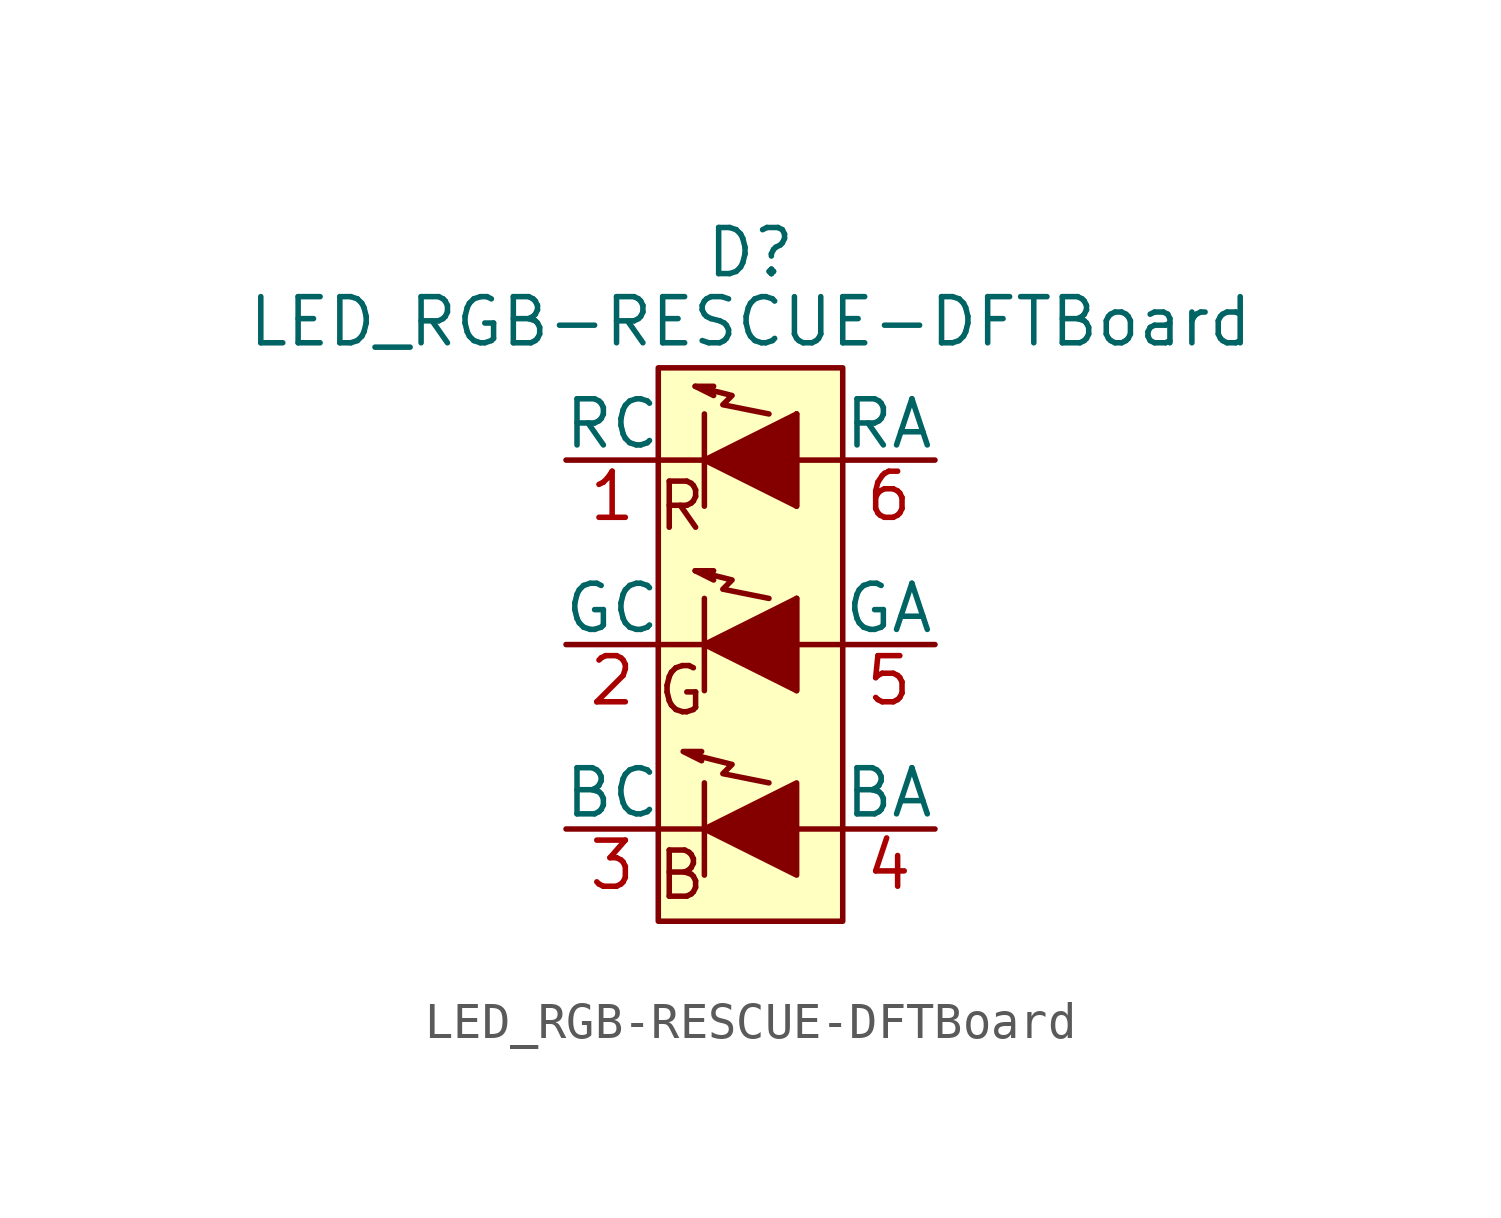
<source format=kicad_sym>
(kicad_symbol_lib
  (version 20220914)
  (generator kicad_symbol_editor)
  (symbol "LED_RGB-RESCUE-DFTBoard"
    (pin_names
      (offset 0))
    (property "Reference" "D"
      (at 0 10.795 0)
      (effects (font (size 1.27 1.27))))
    (property "Value" "LED_RGB-RESCUE-DFTBoard"
      (at 0 8.89 0)
      (effects (font (size 1.27 1.27))))
    (property "Footprint" ""
      (at 0 -1.27 0)
      (effects (font (size 1.27 1.27))))
    (property "Datasheet" ""
      (at 0 -1.27 0)
      (effects (font (size 1.27 1.27))))
    (symbol "LED_RGB-RESCUE-DFTBoard_0_0"
      (text "B" (at -1.905 -6.35 0) (effects (font (size 1.27 1.27))))
      (text "G" (at -1.905 -1.27 0) (effects (font (size 1.27 1.27))))
      (text "R" (at -1.905 3.81 0) (effects (font (size 1.27 1.27)))))
    (symbol "LED_RGB-RESCUE-DFTBoard_0_1"
      (polyline (pts (xy -1.27 -5.08) (xy -2.54 -5.08)) (stroke (width 0) (type solid)) (fill (type none)))
      (polyline (pts (xy -1.27 -3.81) (xy -1.27 -6.35)) (stroke (width 0) (type solid)) (fill (type none)))
      (polyline (pts (xy -1.27 0) (xy -2.54 0)) (stroke (width 0) (type solid)) (fill (type none)))
      (polyline (pts (xy -1.27 5.08) (xy -2.54 5.08)) (stroke (width 0) (type solid)) (fill (type none)))
      (polyline (pts (xy 1.27 -5.08) (xy 2.54 -5.08)) (stroke (width 0) (type solid)) (fill (type none)))
      (polyline (pts (xy 1.27 0) (xy 2.54 0)) (stroke (width 0) (type solid)) (fill (type none)))
      (polyline (pts (xy 1.27 5.08) (xy 2.54 5.08)) (stroke (width 0) (type solid)) (fill (type none)))
      (polyline (pts (xy -1.27 1.27) (xy -1.27 -1.27) (xy -1.27 -1.27)) (stroke (width 0) (type solid)) (fill (type none)))
      (polyline (pts (xy -1.27 6.35) (xy -1.27 3.81) (xy -1.27 3.81)) (stroke (width 0) (type solid)) (fill (type none)))
      (polyline (pts (xy -1.346 -2.946) (xy -1.854 -2.946) (xy -1.346 -3.2) (xy -1.346 -3.2)) (stroke (width 0) (type solid)) (fill (type none)))
      (polyline (pts (xy -1.016 2.032) (xy -1.524 2.032) (xy -1.016 1.778) (xy -1.016 1.778)) (stroke (width 0) (type solid)) (fill (type none)))
      (polyline (pts (xy -1.016 7.112) (xy -1.524 7.112) (xy -1.016 6.858) (xy -1.016 6.858)) (stroke (width 0) (type solid)) (fill (type none)))
      (polyline (pts (xy 0.508 -3.81) (xy -0.762 -3.556) (xy -0.508 -3.302) (xy -1.524 -3.048) (xy -1.524 -3.048)) (stroke (width 0) (type solid)) (fill (type none)))
      (polyline (pts (xy 1.27 -3.81) (xy 1.27 -6.35) (xy -1.27 -5.08) (xy 1.27 -3.81) (xy 1.27 -3.81)) (stroke (width 0) (type solid)) (fill (type outline)))
      (polyline (pts (xy 0.508 1.27) (xy -0.762 1.524) (xy -0.508 1.778) (xy -1.524 2.032) (xy -1.524 2.032) (xy -1.524 2.032)) (stroke (width 0) (type solid)) (fill (type none)))
      (polyline (pts (xy 0.508 6.35) (xy -0.762 6.604) (xy -0.508 6.858) (xy -1.524 7.112) (xy -1.524 7.112) (xy -1.524 7.112)) (stroke (width 0) (type solid)) (fill (type none)))
      (polyline (pts (xy 1.27 1.27) (xy 1.27 -1.27) (xy -1.27 0) (xy 1.27 1.27) (xy 1.27 1.27) (xy 1.27 1.27)) (stroke (width 0) (type solid)) (fill (type outline)))
      (polyline (pts (xy 1.27 6.35) (xy 1.27 3.81) (xy -1.27 5.08) (xy 1.27 6.35) (xy 1.27 6.35) (xy 1.27 6.35)) (stroke (width 0) (type solid)) (fill (type outline)))
      (rectangle (start 1.27 -1.27) (end 1.27 1.27) (stroke (width 0) (type solid)) (fill (type none)))
      (rectangle (start 1.27 1.27) (end 1.27 1.27) (stroke (width 0) (type solid)) (fill (type none)))
      (rectangle (start 1.27 3.81) (end 1.27 6.35) (stroke (width 0) (type solid)) (fill (type none)))
      (rectangle (start 1.27 6.35) (end 1.27 6.35) (stroke (width 0) (type solid)) (fill (type none)))
      (rectangle (start 2.54 7.62) (end -2.54 -7.62) (stroke (width 0) (type solid)) (fill (type background))))
    (symbol "LED_RGB-RESCUE-DFTBoard_1_1"
      (pin passive line (at -5.08 5.08 0) (length 2.54) (name "RC" (effects (font (size 1.27 1.27)))) (number "1" (effects (font (size 1.27 1.27)))))
      (pin passive line (at -5.08 0 0) (length 2.54) (name "GC" (effects (font (size 1.27 1.27)))) (number "2" (effects (font (size 1.27 1.27)))))
      (pin passive line (at -5.08 -5.08 0) (length 2.54) (name "BC" (effects (font (size 1.27 1.27)))) (number "3" (effects (font (size 1.27 1.27)))))
      (pin passive line (at 5.08 -5.08 180) (length 2.54) (name "BA" (effects (font (size 1.27 1.27)))) (number "4" (effects (font (size 1.27 1.27)))))
      (pin passive line (at 5.08 0 180) (length 2.54) (name "GA" (effects (font (size 1.27 1.27)))) (number "5" (effects (font (size 1.27 1.27)))))
      (pin passive line (at 5.08 5.08 180) (length 2.54) (name "RA" (effects (font (size 1.27 1.27)))) (number "6" (effects (font (size 1.27 1.27))))))))
</source>
